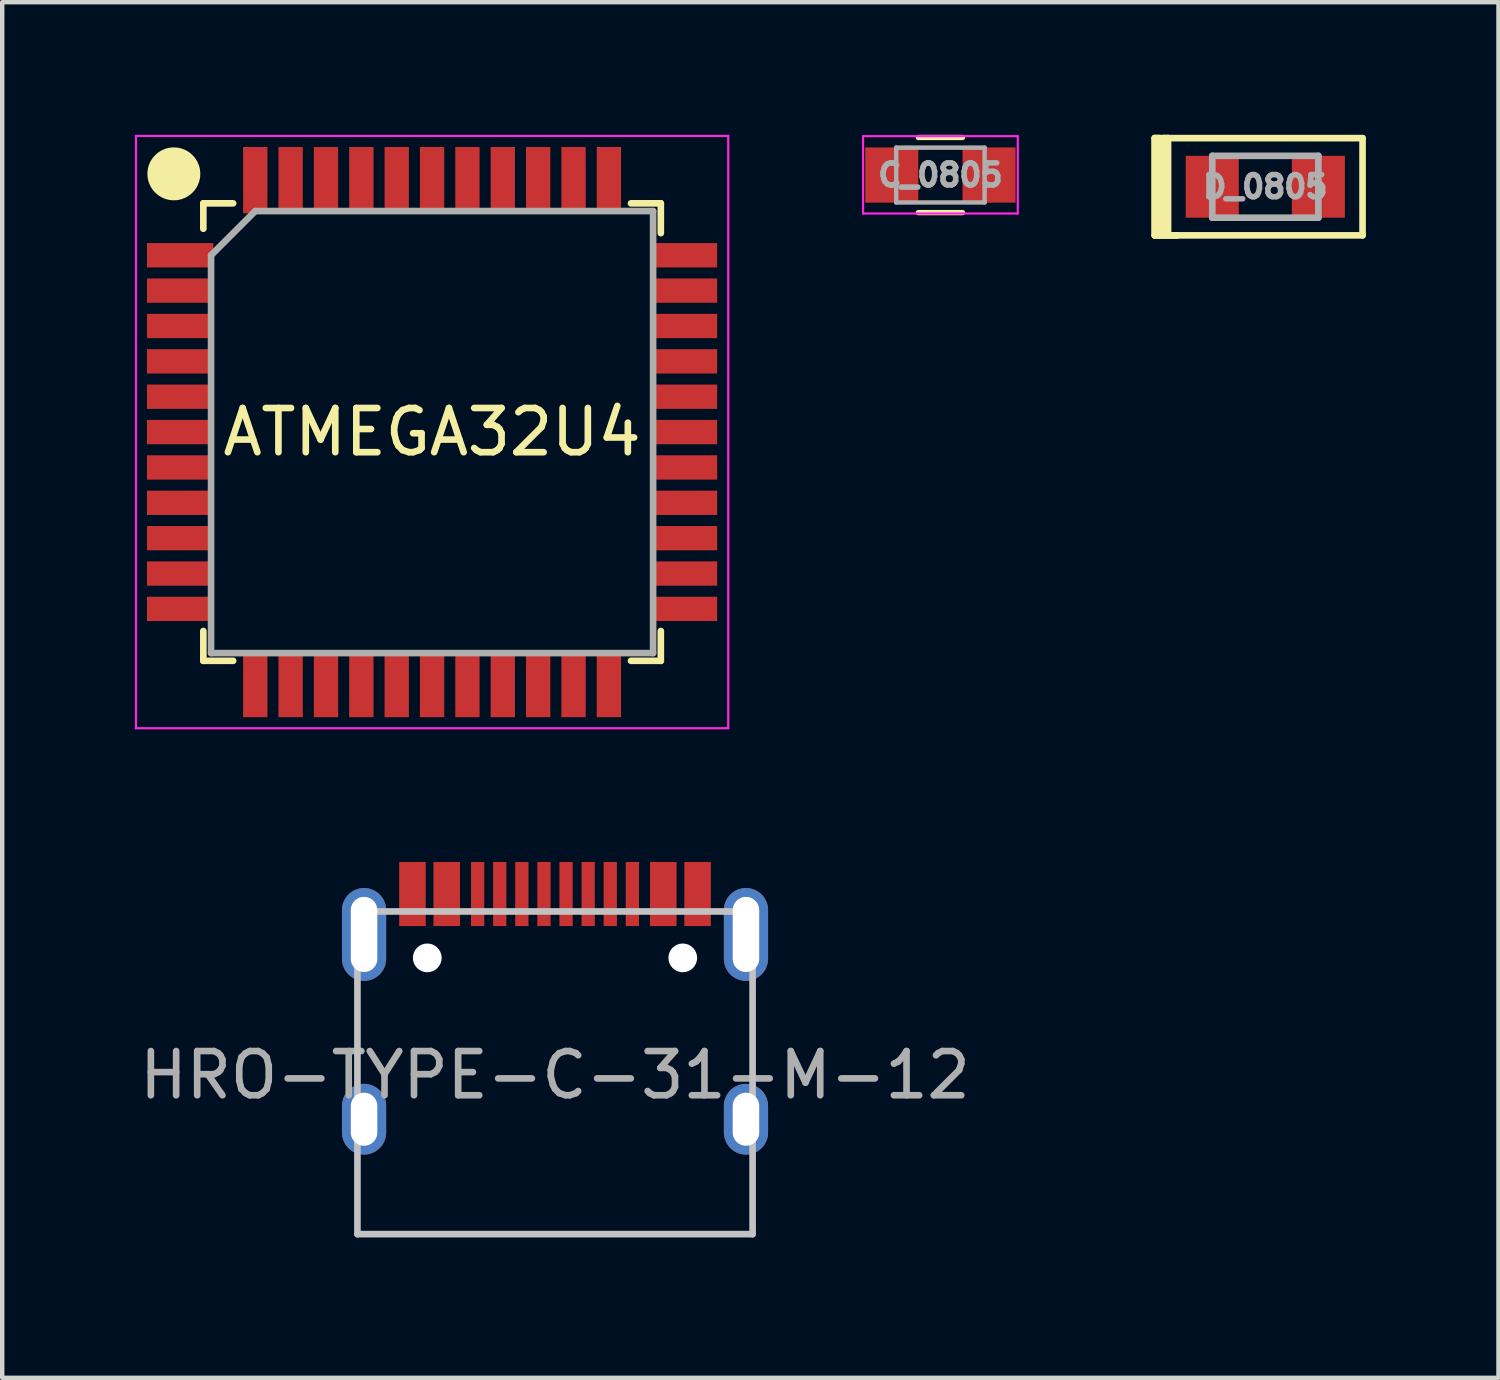
<source format=kicad_pcb>
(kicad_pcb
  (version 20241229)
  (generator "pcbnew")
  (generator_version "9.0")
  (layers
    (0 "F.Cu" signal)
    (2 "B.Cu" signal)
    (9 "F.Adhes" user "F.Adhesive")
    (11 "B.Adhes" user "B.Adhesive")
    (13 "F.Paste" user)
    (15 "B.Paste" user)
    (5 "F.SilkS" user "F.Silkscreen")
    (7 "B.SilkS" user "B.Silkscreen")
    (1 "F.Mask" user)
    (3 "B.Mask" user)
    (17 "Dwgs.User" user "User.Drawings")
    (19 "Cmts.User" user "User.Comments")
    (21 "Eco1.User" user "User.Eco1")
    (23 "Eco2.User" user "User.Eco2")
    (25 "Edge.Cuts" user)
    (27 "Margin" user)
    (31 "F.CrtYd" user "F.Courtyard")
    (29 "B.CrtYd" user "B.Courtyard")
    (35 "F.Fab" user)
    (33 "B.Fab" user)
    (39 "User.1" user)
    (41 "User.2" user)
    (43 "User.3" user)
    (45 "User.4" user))
  (footprint "ATMEGA32U4"
    (layer "F.Cu")
    (at 6.725 6.725)
    (property "Reference" "ATMEGA32U4" (at 0 0 180) (layer "F.SilkS") (effects (font (size 1 1) (thickness 0.15))))
    (attr smd)
    (fp_line (start -5.969 -5.842) (end -5.842 -5.842) (stroke (width 0.15) (type solid)) (layer "F.SilkS"))
    (fp_line (start -5.175 -5.175) (end -5.175 -4.6) (stroke (width 0.15) (type solid)) (layer "F.SilkS"))
    (fp_line (start -5.175 -5.175) (end -4.5 -5.175) (stroke (width 0.15) (type solid)) (layer "F.SilkS"))
    (fp_line (start -5.175 5.175) (end -5.175 4.5) (stroke (width 0.15) (type solid)) (layer "F.SilkS"))
    (fp_line (start -5.175 5.175) (end -4.5 5.175) (stroke (width 0.15) (type solid)) (layer "F.SilkS"))
    (fp_line (start 5.175 -5.175) (end 4.5 -5.175) (stroke (width 0.15) (type solid)) (layer "F.SilkS"))
    (fp_line (start 5.175 -5.175) (end 5.175 -4.5) (stroke (width 0.15) (type solid)) (layer "F.SilkS"))
    (fp_line (start 5.175 5.175) (end 4.5 5.175) (stroke (width 0.15) (type solid)) (layer "F.SilkS"))
    (fp_line (start 5.175 5.175) (end 5.175 4.5) (stroke (width 0.15) (type solid)) (layer "F.SilkS"))
    (fp_circle (center -5.842 -5.842) (end -5.842 -5.715) (stroke (width 0.15) (type solid)) (fill no) (layer "F.SilkS"))
    (fp_circle (center -5.842 -5.842) (end -5.842 -5.588) (stroke (width 0.15) (type solid)) (fill no) (layer "F.SilkS"))
    (fp_circle (center -5.842 -5.842) (end -5.715 -5.588) (stroke (width 0.15) (type solid)) (fill no) (layer "F.SilkS"))
    (fp_circle (center -5.842 -5.842) (end -5.715 -5.461) (stroke (width 0.15) (type solid)) (fill no) (layer "F.SilkS"))
    (fp_circle (center -5.842 -5.842) (end -5.715 -5.334) (stroke (width 0.15) (type solid)) (fill no) (layer "F.SilkS"))
    (fp_line (start -6.7 -6.7) (end -6.7 6.7) (stroke (width 0.05) (type solid)) (layer "F.CrtYd"))
    (fp_line (start -6.7 -6.7) (end 6.7 -6.7) (stroke (width 0.05) (type solid)) (layer "F.CrtYd"))
    (fp_line (start -6.7 6.7) (end 6.7 6.7) (stroke (width 0.05) (type solid)) (layer "F.CrtYd"))
    (fp_line (start 6.7 -6.7) (end 6.7 6.7) (stroke (width 0.05) (type solid)) (layer "F.CrtYd"))
    (fp_line (start -5 -4) (end -4 -5) (stroke (width 0.15) (type solid)) (layer "F.Fab"))
    (fp_line (start -5 5) (end -5 -4) (stroke (width 0.15) (type solid)) (layer "F.Fab"))
    (fp_line (start -4 -5) (end 5 -5) (stroke (width 0.15) (type solid)) (layer "F.Fab"))
    (fp_line (start 5 -5) (end 5 5) (stroke (width 0.15) (type solid)) (layer "F.Fab"))
    (fp_line (start 5 5) (end -5 5) (stroke (width 0.15) (type solid)) (layer "F.Fab"))
    (pad "1" smd rect (at -5.7 -4) (size 1.5 0.55) (layers "F.Cu" "F.Mask" "F.Paste"))
    (pad "2" smd rect (at -5.7 -3.2) (size 1.5 0.55) (layers "F.Cu" "F.Mask" "F.Paste"))
    (pad "3" smd rect (at -5.7 -2.4) (size 1.5 0.55) (layers "F.Cu" "F.Mask" "F.Paste"))
    (pad "4" smd rect (at -5.7 -1.6) (size 1.5 0.55) (layers "F.Cu" "F.Mask" "F.Paste"))
    (pad "5" smd rect (at -5.7 -0.8) (size 1.5 0.55) (layers "F.Cu" "F.Mask" "F.Paste"))
    (pad "6" smd rect (at -5.7 0) (size 1.5 0.55) (layers "F.Cu" "F.Mask" "F.Paste"))
    (pad "7" smd rect (at -5.7 0.8) (size 1.5 0.55) (layers "F.Cu" "F.Mask" "F.Paste"))
    (pad "8" smd rect (at -5.7 1.6) (size 1.5 0.55) (layers "F.Cu" "F.Mask" "F.Paste"))
    (pad "9" smd rect (at -5.7 2.4) (size 1.5 0.55) (layers "F.Cu" "F.Mask" "F.Paste"))
    (pad "10" smd rect (at -5.7 3.2) (size 1.5 0.55) (layers "F.Cu" "F.Mask" "F.Paste"))
    (pad "11" smd rect (at -5.7 4) (size 1.5 0.55) (layers "F.Cu" "F.Mask" "F.Paste"))
    (pad "12" smd rect (at -4 5.7 90) (size 1.5 0.55) (layers "F.Cu" "F.Mask" "F.Paste"))
    (pad "13" smd rect (at -3.2 5.7 90) (size 1.5 0.55) (layers "F.Cu" "F.Mask" "F.Paste"))
    (pad "14" smd rect (at -2.4 5.7 90) (size 1.5 0.55) (layers "F.Cu" "F.Mask" "F.Paste"))
    (pad "15" smd rect (at -1.6 5.7 90) (size 1.5 0.55) (layers "F.Cu" "F.Mask" "F.Paste"))
    (pad "16" smd rect (at -0.8 5.7 90) (size 1.5 0.55) (layers "F.Cu" "F.Mask" "F.Paste"))
    (pad "17" smd rect (at 0 5.7 90) (size 1.5 0.55) (layers "F.Cu" "F.Mask" "F.Paste"))
    (pad "18" smd rect (at 0.8 5.7 90) (size 1.5 0.55) (layers "F.Cu" "F.Mask" "F.Paste"))
    (pad "19" smd rect (at 1.6 5.7 90) (size 1.5 0.55) (layers "F.Cu" "F.Mask" "F.Paste"))
    (pad "20" smd rect (at 2.4 5.7 90) (size 1.5 0.55) (layers "F.Cu" "F.Mask" "F.Paste"))
    (pad "21" smd rect (at 3.2 5.7 90) (size 1.5 0.55) (layers "F.Cu" "F.Mask" "F.Paste"))
    (pad "22" smd rect (at 4 5.7 90) (size 1.5 0.55) (layers "F.Cu" "F.Mask" "F.Paste"))
    (pad "23" smd rect (at 5.7 4) (size 1.5 0.55) (layers "F.Cu" "F.Mask" "F.Paste"))
    (pad "24" smd rect (at 5.7 3.2) (size 1.5 0.55) (layers "F.Cu" "F.Mask" "F.Paste"))
    (pad "25" smd rect (at 5.7 2.4) (size 1.5 0.55) (layers "F.Cu" "F.Mask" "F.Paste"))
    (pad "26" smd rect (at 5.7 1.6) (size 1.5 0.55) (layers "F.Cu" "F.Mask" "F.Paste"))
    (pad "27" smd rect (at 5.7 0.8) (size 1.5 0.55) (layers "F.Cu" "F.Mask" "F.Paste"))
    (pad "28" smd rect (at 5.7 0) (size 1.5 0.55) (layers "F.Cu" "F.Mask" "F.Paste"))
    (pad "29" smd rect (at 5.7 -0.8) (size 1.5 0.55) (layers "F.Cu" "F.Mask" "F.Paste"))
    (pad "30" smd rect (at 5.7 -1.6) (size 1.5 0.55) (layers "F.Cu" "F.Mask" "F.Paste"))
    (pad "31" smd rect (at 5.7 -2.4) (size 1.5 0.55) (layers "F.Cu" "F.Mask" "F.Paste"))
    (pad "32" smd rect (at 5.7 -3.2) (size 1.5 0.55) (layers "F.Cu" "F.Mask" "F.Paste"))
    (pad "33" smd rect (at 5.7 -4) (size 1.5 0.55) (layers "F.Cu" "F.Mask" "F.Paste"))
    (pad "34" smd rect (at 4 -5.7 90) (size 1.5 0.55) (layers "F.Cu" "F.Mask" "F.Paste"))
    (pad "35" smd rect (at 3.2 -5.7 90) (size 1.5 0.55) (layers "F.Cu" "F.Mask" "F.Paste"))
    (pad "36" smd rect (at 2.4 -5.7 90) (size 1.5 0.55) (layers "F.Cu" "F.Mask" "F.Paste"))
    (pad "37" smd rect (at 1.6 -5.7 90) (size 1.5 0.55) (layers "F.Cu" "F.Mask" "F.Paste"))
    (pad "38" smd rect (at 0.8 -5.7 90) (size 1.5 0.55) (layers "F.Cu" "F.Mask" "F.Paste"))
    (pad "39" smd rect (at 0 -5.7 90) (size 1.5 0.55) (layers "F.Cu" "F.Mask" "F.Paste"))
    (pad "40" smd rect (at -0.8 -5.7 90) (size 1.5 0.55) (layers "F.Cu" "F.Mask" "F.Paste"))
    (pad "41" smd rect (at -1.6 -5.7 90) (size 1.5 0.55) (layers "F.Cu" "F.Mask" "F.Paste"))
    (pad "42" smd rect (at -2.4 -5.7 90) (size 1.5 0.55) (layers "F.Cu" "F.Mask" "F.Paste"))
    (pad "43" smd rect (at -3.2 -5.7 90) (size 1.5 0.55) (layers "F.Cu" "F.Mask" "F.Paste"))
    (pad "44" smd rect (at -4 -5.7 90) (size 1.5 0.55) (layers "F.Cu" "F.Mask" "F.Paste")))
  (footprint "C_0805"
    (layer "F.Cu")
    (at 18.225 0.91)
    (property "Reference" "C_0805" (at 0 0 0) (layer "F.Fab") (effects (font (size 0.5 0.5) (thickness 0.125))))
    (attr smd)
    (fp_line (start -0.5 0.85) (end 0.5 0.85) (stroke (width 0.12) (type solid)) (layer "F.SilkS"))
    (fp_line (start 0.5 -0.85) (end -0.5 -0.85) (stroke (width 0.12) (type solid)) (layer "F.SilkS"))
    (fp_line (start -1.75 -0.88) (end -1.75 0.87) (stroke (width 0.05) (type solid)) (layer "F.CrtYd"))
    (fp_line (start -1.75 -0.88) (end 1.75 -0.88) (stroke (width 0.05) (type solid)) (layer "F.CrtYd"))
    (fp_line (start 1.75 0.87) (end -1.75 0.87) (stroke (width 0.05) (type solid)) (layer "F.CrtYd"))
    (fp_line (start 1.75 0.87) (end 1.75 -0.88) (stroke (width 0.05) (type solid)) (layer "F.CrtYd"))
    (fp_line (start -1 -0.62) (end 1 -0.62) (stroke (width 0.1) (type solid)) (layer "F.Fab"))
    (fp_line (start -1 0.62) (end -1 -0.62) (stroke (width 0.1) (type solid)) (layer "F.Fab"))
    (fp_line (start 1 -0.62) (end 1 0.62) (stroke (width 0.1) (type solid)) (layer "F.Fab"))
    (fp_line (start 1 0.62) (end -1 0.62) (stroke (width 0.1) (type solid)) (layer "F.Fab"))
    (pad "1" smd rect (at -1.1 0) (size 1.2 1.25) (layers "F.Cu" "F.Mask" "F.Paste"))
    (pad "2" smd rect (at 1.1 0) (size 1.2 1.25) (layers "F.Cu" "F.Mask" "F.Paste")))
  (footprint "D_0805"
    (layer "F.Cu")
    (at 25.575 1.175)
    (property "Reference" "D_0805" (at 0 0 0) (layer "F.Fab") (effects (font (size 0.5 0.5) (thickness 0.125))))
    (attr smd)
    (fp_line (start -2.5 -1.1) (end -2.5 1.1) (stroke (width 0.15) (type solid)) (layer "F.SilkS"))
    (fp_line (start -2.5 -1.1) (end -2.2 -1.1) (stroke (width 0.15) (type solid)) (layer "F.SilkS"))
    (fp_line (start -2.5 1.1) (end -2.5 -1.1) (stroke (width 0.15) (type solid)) (layer "F.SilkS"))
    (fp_line (start -2.5 1.1) (end -2 1.1) (stroke (width 0.15) (type solid)) (layer "F.SilkS"))
    (fp_line (start -2.4 -1.1) (end -2.5 -1.1) (stroke (width 0.15) (type solid)) (layer "F.SilkS"))
    (fp_line (start -2.4 1.1) (end -2.4 -1.1) (stroke (width 0.15) (type solid)) (layer "F.SilkS"))
    (fp_line (start -2.3 -1.1) (end -2.3 1.1) (stroke (width 0.15) (type solid)) (layer "F.SilkS"))
    (fp_line (start -2.3 1.1) (end -2.4 1.1) (stroke (width 0.15) (type solid)) (layer "F.SilkS"))
    (fp_line (start -2.2 -1.1) (end -2.3 -1.1) (stroke (width 0.15) (type solid)) (layer "F.SilkS"))
    (fp_line (start -2.2 -1.1) (end 2.2 -1.1) (stroke (width 0.15) (type solid)) (layer "F.SilkS"))
    (fp_line (start -2.2 1.1) (end -2.2 -1.1) (stroke (width 0.15) (type solid)) (layer "F.SilkS"))
    (fp_line (start -2 1.1) (end -2.5 1.1) (stroke (width 0.15) (type solid)) (layer "F.SilkS"))
    (fp_line (start 2.2 -1.1) (end 2.2 1.1) (stroke (width 0.15) (type solid)) (layer "F.SilkS"))
    (fp_line (start 2.2 1.1) (end -2.2 1.1) (stroke (width 0.15) (type solid)) (layer "F.SilkS"))
    (fp_line (start -1.2 -0.7) (end -1.2 0.7) (stroke (width 0.15) (type solid)) (layer "F.Fab"))
    (fp_line (start -1.2 -0.7) (end 1.2 -0.7) (stroke (width 0.15) (type solid)) (layer "F.Fab"))
    (fp_line (start 1.2 0.7) (end -1.2 0.7) (stroke (width 0.15) (type solid)) (layer "F.Fab"))
    (fp_line (start 1.2 0.7) (end 1.2 -0.7) (stroke (width 0.15) (type solid)) (layer "F.Fab"))
    (pad "1" smd rect (at -1.2 0) (size 1.2 1.4) (layers "F.Cu" "F.Mask" "F.Paste"))
    (pad "2" smd rect (at 1.2 0) (size 1.2 1.4) (layers "F.Cu" "F.Mask" "F.Paste")))
  (footprint "HRO-TYPE-C-31-M-12"
    (layer "F.Cu")
    (at 9.506 24.87)
    (property "Reference" "HRO-TYPE-C-31-M-12" (at 0 -3.597 180) (layer "F.Fab") (effects (font (size 1 1) (thickness 0.15))))
    (attr through_hole)
    (fp_line (start -4.47 -7.3) (end 4.47 -7.3) (stroke (width 0.15) (type solid)) (layer "Dwgs.User"))
    (fp_line (start -4.47 0) (end -4.47 -7.3) (stroke (width 0.15) (type solid)) (layer "Dwgs.User"))
    (fp_line (start -4.47 0) (end 4.47 0) (stroke (width 0.15) (type solid)) (layer "Dwgs.User"))
    (fp_line (start 4.47 0) (end 4.47 -7.3) (stroke (width 0.15) (type solid)) (layer "Dwgs.User"))
    (pad "" np_thru_hole circle (at -2.89 -6.25) (size 0.65 0.65) (drill 0.65) (layers "*.Cu" "*.Mask"))
    (pad "" np_thru_hole circle (at 2.89 -6.25) (size 0.65 0.65) (drill 0.65) (layers "*.Cu" "*.Mask"))
    (pad "1" smd rect (at -3.225 -7.695) (size 0.6 1.45) (layers "F.Cu" "F.Mask" "F.Paste"))
    (pad "2" smd rect (at -2.45 -7.695) (size 0.6 1.45) (layers "F.Cu" "F.Mask" "F.Paste"))
    (pad "3" smd rect (at -1.75 -7.695) (size 0.3 1.45) (layers "F.Cu" "F.Mask" "F.Paste"))
    (pad "4" smd rect (at -1.25 -7.695) (size 0.3 1.45) (layers "F.Cu" "F.Mask" "F.Paste"))
    (pad "5" smd rect (at -0.75 -7.695) (size 0.3 1.45) (layers "F.Cu" "F.Mask" "F.Paste"))
    (pad "6" smd rect (at -0.25 -7.695) (size 0.3 1.45) (layers "F.Cu" "F.Mask" "F.Paste"))
    (pad "7" smd rect (at 0.25 -7.695) (size 0.3 1.45) (layers "F.Cu" "F.Mask" "F.Paste"))
    (pad "8" smd rect (at 0.75 -7.695) (size 0.3 1.45) (layers "F.Cu" "F.Mask" "F.Paste"))
    (pad "9" smd rect (at 1.25 -7.695) (size 0.3 1.45) (layers "F.Cu" "F.Mask" "F.Paste"))
    (pad "10" smd rect (at 1.75 -7.695) (size 0.3 1.45) (layers "F.Cu" "F.Mask" "F.Paste"))
    (pad "11" smd rect (at 2.45 -7.695) (size 0.6 1.45) (layers "F.Cu" "F.Mask" "F.Paste"))
    (pad "12" smd rect (at 3.225 -7.695) (size 0.6 1.45) (layers "F.Cu" "F.Mask" "F.Paste"))
    (pad "13" thru_hole oval (at -4.32 -6.78) (size 1 2.1) (drill oval 0.6 1.7) (layers "*.Cu" "*.Mask"))
    (pad "13" thru_hole oval (at -4.32 -2.6) (size 1 1.6) (drill oval 0.6 1.2) (layers "*.Cu" "*.Mask"))
    (pad "13" thru_hole oval (at 4.32 -6.78) (size 1 2.1) (drill oval 0.6 1.7) (layers "*.Cu" "*.Mask"))
    (pad "13" thru_hole oval (at 4.32 -2.6) (size 1 1.6) (drill oval 0.6 1.2) (layers "*.Cu" "*.Mask")))
  (gr_rect
    (start -3 -3)
    (end 30.85 28.12)
    (stroke (width 0.1) (type default))
    (fill no)
    (layer "Edge.Cuts")))
</source>
